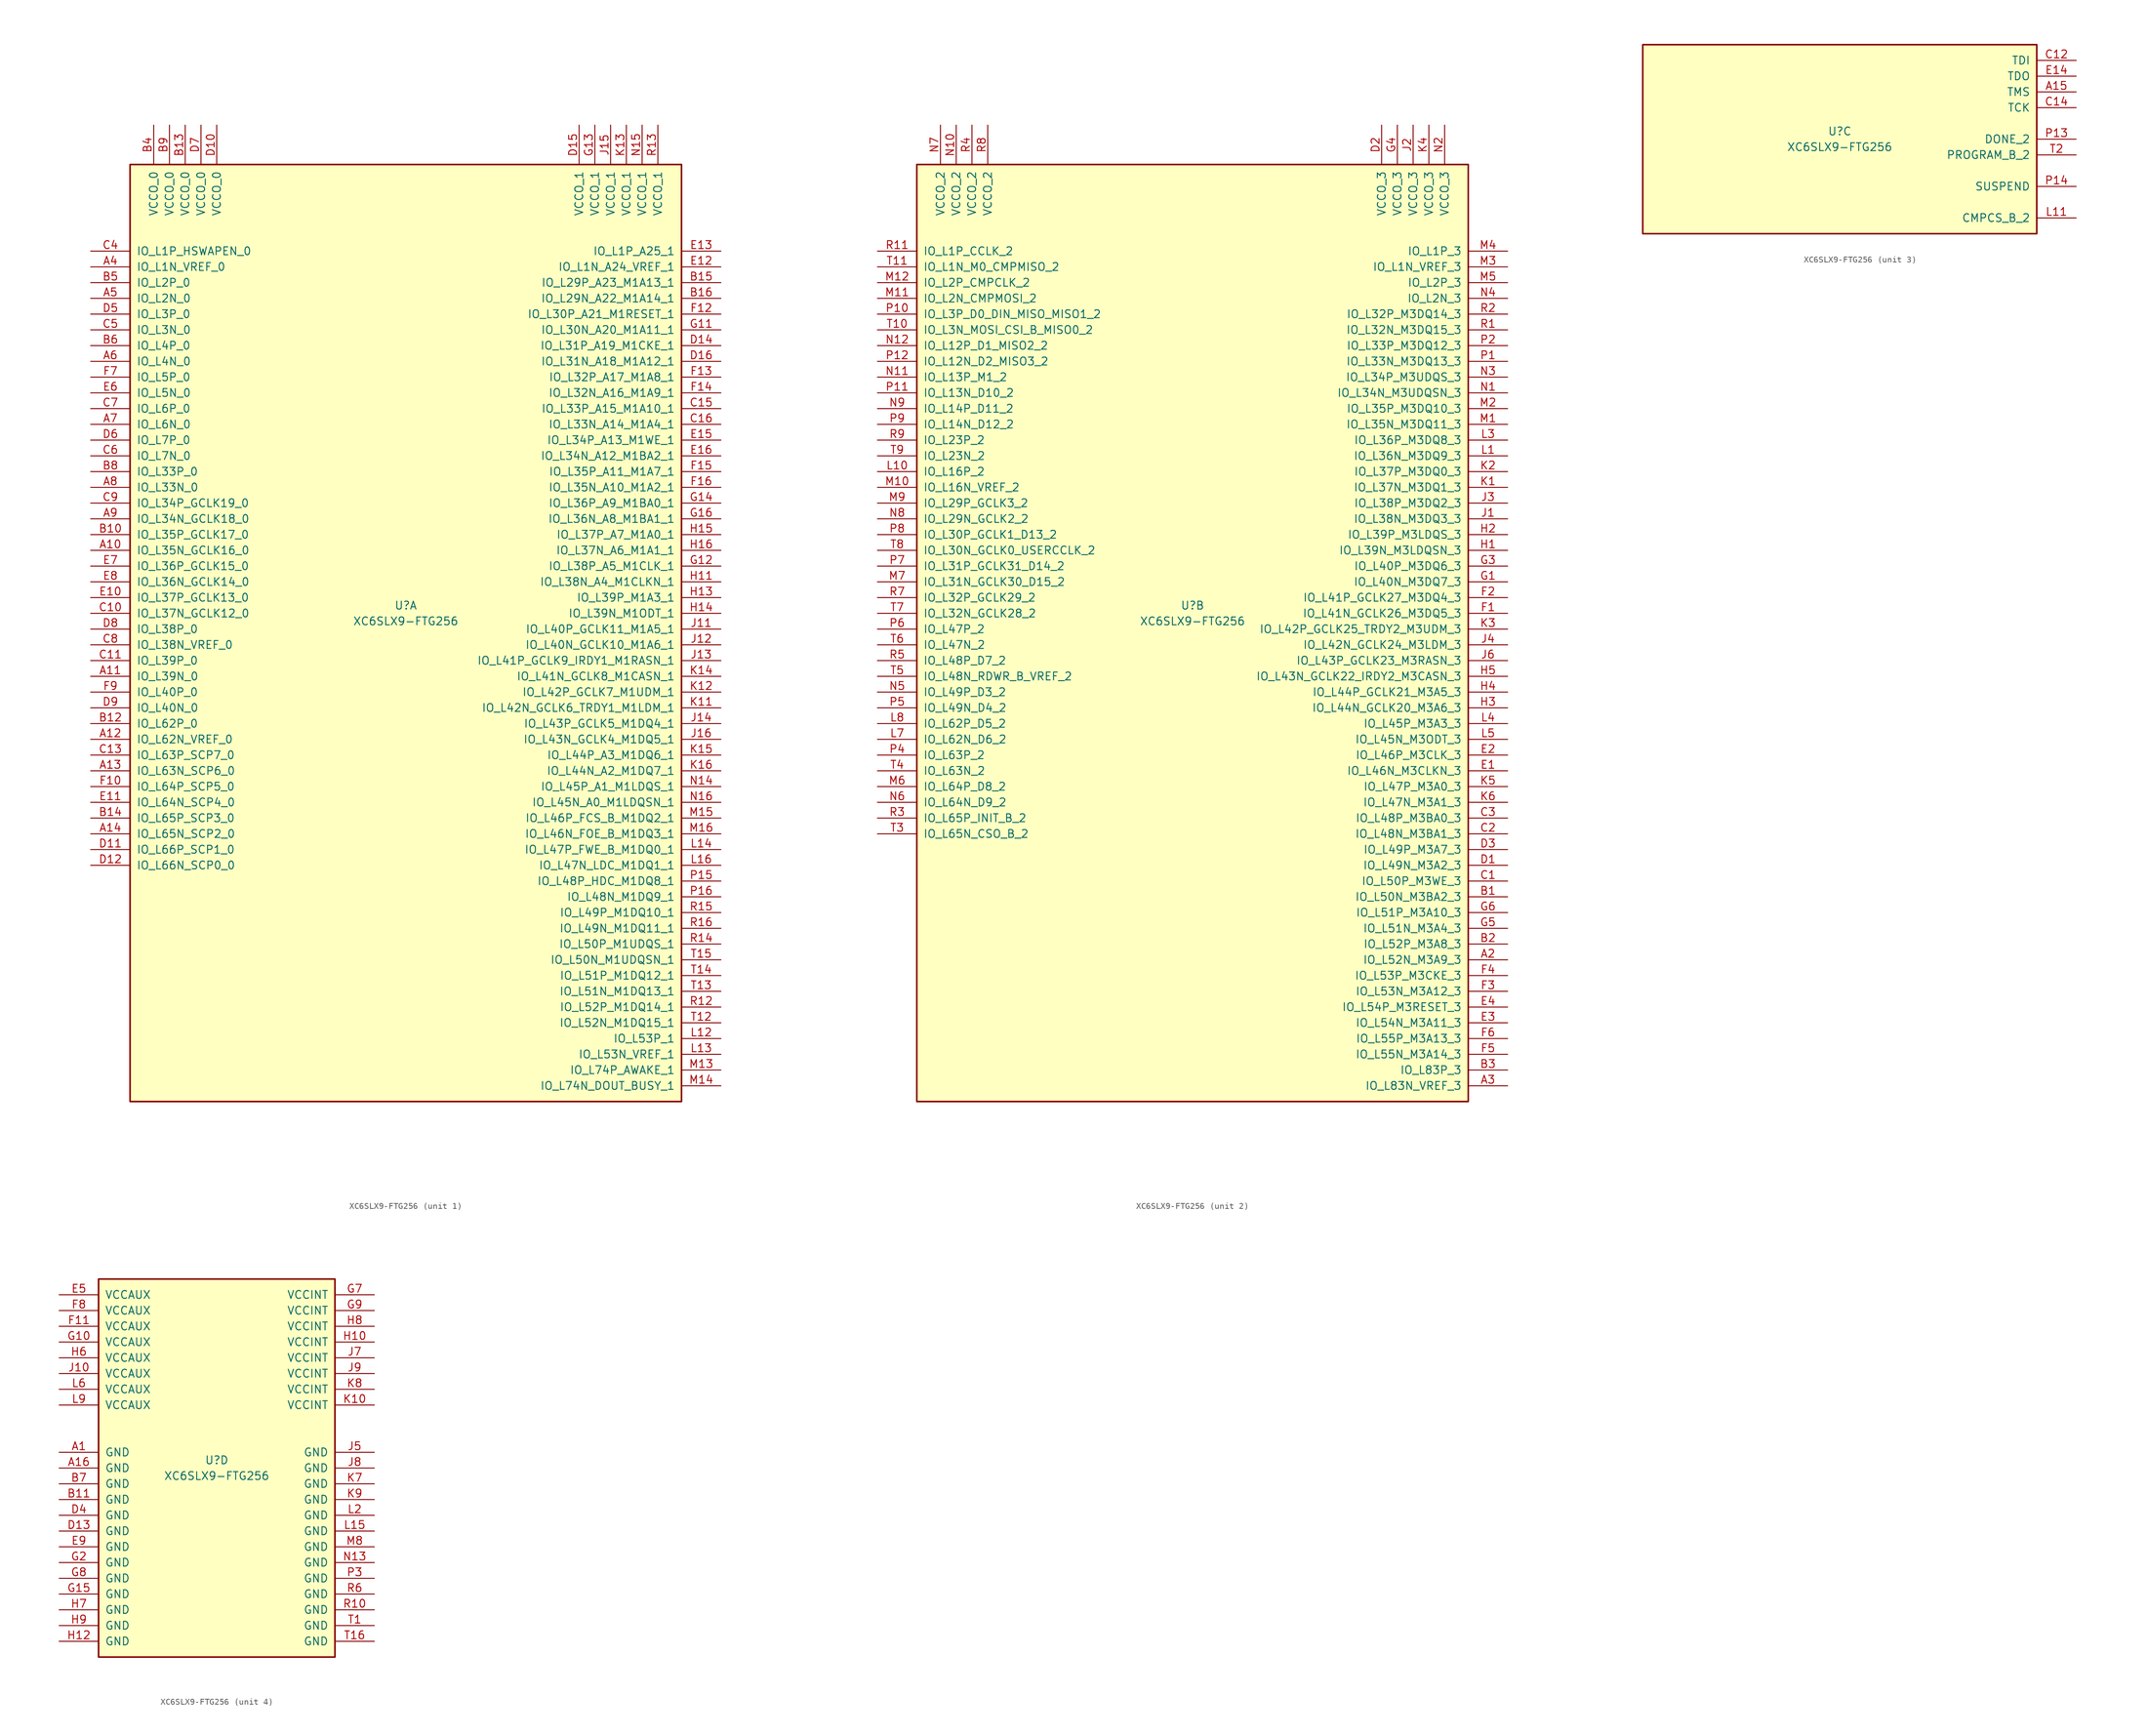
<source format=kicad_sym>
(kicad_symbol_lib
  (version 20201005)
  (generator kicad_symbol_editor)
  (symbol "XC6SLX9-FTG256"
    (pin_names
      (offset 1.016))
    (property "Reference" "U"
      (at 0 1.27 0)
      (effects (font (size 1.27 1.27))))
    (property "Value" "XC6SLX9-FTG256"
      (at 0 -1.27 0)
      (effects (font (size 1.27 1.27))))
    (property "Datasheet" ""
      (at 0 0 0)
      (effects (font (size 1.27 1.27))))
    (property "ki_locked" ""
      (at 0 0 0)
      (effects (font (size 1.27 1.27))))
    (symbol "XC6SLX9-FTG256_1_1"
      (rectangle (start -44.45 72.39) (end 44.45 -78.74) (stroke (width 0.254)) (fill (type background)))
      (pin power_in line (at -40.64 78.74 270) (length 6.35) (name "VCCO_0" (effects (font (size 1.27 1.27)))) (number "B4" (effects (font (size 1.27 1.27)))))
      (pin power_in line (at -38.1 78.74 270) (length 6.35) (name "VCCO_0" (effects (font (size 1.27 1.27)))) (number "B9" (effects (font (size 1.27 1.27)))))
      (pin power_in line (at -35.56 78.74 270) (length 6.35) (name "VCCO_0" (effects (font (size 1.27 1.27)))) (number "B13" (effects (font (size 1.27 1.27)))))
      (pin power_in line (at -33.02 78.74 270) (length 6.35) (name "VCCO_0" (effects (font (size 1.27 1.27)))) (number "D7" (effects (font (size 1.27 1.27)))))
      (pin power_in line (at -30.48 78.74 270) (length 6.35) (name "VCCO_0" (effects (font (size 1.27 1.27)))) (number "D10" (effects (font (size 1.27 1.27)))))
      (pin bidirectional line (at -50.8 58.42 0) (length 6.35) (name "IO_L1P_HSWAPEN_0" (effects (font (size 1.27 1.27)))) (number "C4" (effects (font (size 1.27 1.27)))))
      (pin bidirectional line (at -50.8 55.88 0) (length 6.35) (name "IO_L1N_VREF_0" (effects (font (size 1.27 1.27)))) (number "A4" (effects (font (size 1.27 1.27)))))
      (pin bidirectional line (at -50.8 53.34 0) (length 6.35) (name "IO_L2P_0" (effects (font (size 1.27 1.27)))) (number "B5" (effects (font (size 1.27 1.27)))))
      (pin bidirectional line (at -50.8 50.8 0) (length 6.35) (name "IO_L2N_0" (effects (font (size 1.27 1.27)))) (number "A5" (effects (font (size 1.27 1.27)))))
      (pin bidirectional line (at -50.8 48.26 0) (length 6.35) (name "IO_L3P_0" (effects (font (size 1.27 1.27)))) (number "D5" (effects (font (size 1.27 1.27)))))
      (pin bidirectional line (at -50.8 45.72 0) (length 6.35) (name "IO_L3N_0" (effects (font (size 1.27 1.27)))) (number "C5" (effects (font (size 1.27 1.27)))))
      (pin bidirectional line (at -50.8 43.18 0) (length 6.35) (name "IO_L4P_0" (effects (font (size 1.27 1.27)))) (number "B6" (effects (font (size 1.27 1.27)))))
      (pin bidirectional line (at -50.8 40.64 0) (length 6.35) (name "IO_L4N_0" (effects (font (size 1.27 1.27)))) (number "A6" (effects (font (size 1.27 1.27)))))
      (pin bidirectional line (at -50.8 38.1 0) (length 6.35) (name "IO_L5P_0" (effects (font (size 1.27 1.27)))) (number "F7" (effects (font (size 1.27 1.27)))))
      (pin bidirectional line (at -50.8 35.56 0) (length 6.35) (name "IO_L5N_0" (effects (font (size 1.27 1.27)))) (number "E6" (effects (font (size 1.27 1.27)))))
      (pin bidirectional line (at -50.8 33.02 0) (length 6.35) (name "IO_L6P_0" (effects (font (size 1.27 1.27)))) (number "C7" (effects (font (size 1.27 1.27)))))
      (pin bidirectional line (at -50.8 30.48 0) (length 6.35) (name "IO_L6N_0" (effects (font (size 1.27 1.27)))) (number "A7" (effects (font (size 1.27 1.27)))))
      (pin bidirectional line (at -50.8 27.94 0) (length 6.35) (name "IO_L7P_0" (effects (font (size 1.27 1.27)))) (number "D6" (effects (font (size 1.27 1.27)))))
      (pin bidirectional line (at -50.8 25.4 0) (length 6.35) (name "IO_L7N_0" (effects (font (size 1.27 1.27)))) (number "C6" (effects (font (size 1.27 1.27)))))
      (pin bidirectional line (at -50.8 22.86 0) (length 6.35) (name "IO_L33P_0" (effects (font (size 1.27 1.27)))) (number "B8" (effects (font (size 1.27 1.27)))))
      (pin bidirectional line (at -50.8 20.32 0) (length 6.35) (name "IO_L33N_0" (effects (font (size 1.27 1.27)))) (number "A8" (effects (font (size 1.27 1.27)))))
      (pin bidirectional line (at -50.8 17.78 0) (length 6.35) (name "IO_L34P_GCLK19_0" (effects (font (size 1.27 1.27)))) (number "C9" (effects (font (size 1.27 1.27)))))
      (pin bidirectional line (at -50.8 15.24 0) (length 6.35) (name "IO_L34N_GCLK18_0" (effects (font (size 1.27 1.27)))) (number "A9" (effects (font (size 1.27 1.27)))))
      (pin bidirectional line (at -50.8 12.7 0) (length 6.35) (name "IO_L35P_GCLK17_0" (effects (font (size 1.27 1.27)))) (number "B10" (effects (font (size 1.27 1.27)))))
      (pin bidirectional line (at -50.8 10.16 0) (length 6.35) (name "IO_L35N_GCLK16_0" (effects (font (size 1.27 1.27)))) (number "A10" (effects (font (size 1.27 1.27)))))
      (pin bidirectional line (at -50.8 7.62 0) (length 6.35) (name "IO_L36P_GCLK15_0" (effects (font (size 1.27 1.27)))) (number "E7" (effects (font (size 1.27 1.27)))))
      (pin bidirectional line (at -50.8 5.08 0) (length 6.35) (name "IO_L36N_GCLK14_0" (effects (font (size 1.27 1.27)))) (number "E8" (effects (font (size 1.27 1.27)))))
      (pin bidirectional line (at -50.8 2.54 0) (length 6.35) (name "IO_L37P_GCLK13_0" (effects (font (size 1.27 1.27)))) (number "E10" (effects (font (size 1.27 1.27)))))
      (pin bidirectional line (at -50.8 0 0) (length 6.35) (name "IO_L37N_GCLK12_0" (effects (font (size 1.27 1.27)))) (number "C10" (effects (font (size 1.27 1.27)))))
      (pin bidirectional line (at -50.8 -2.54 0) (length 6.35) (name "IO_L38P_0" (effects (font (size 1.27 1.27)))) (number "D8" (effects (font (size 1.27 1.27)))))
      (pin bidirectional line (at -50.8 -5.08 0) (length 6.35) (name "IO_L38N_VREF_0" (effects (font (size 1.27 1.27)))) (number "C8" (effects (font (size 1.27 1.27)))))
      (pin bidirectional line (at -50.8 -7.62 0) (length 6.35) (name "IO_L39P_0" (effects (font (size 1.27 1.27)))) (number "C11" (effects (font (size 1.27 1.27)))))
      (pin bidirectional line (at -50.8 -10.16 0) (length 6.35) (name "IO_L39N_0" (effects (font (size 1.27 1.27)))) (number "A11" (effects (font (size 1.27 1.27)))))
      (pin bidirectional line (at -50.8 -12.7 0) (length 6.35) (name "IO_L40P_0" (effects (font (size 1.27 1.27)))) (number "F9" (effects (font (size 1.27 1.27)))))
      (pin bidirectional line (at -50.8 -15.24 0) (length 6.35) (name "IO_L40N_0" (effects (font (size 1.27 1.27)))) (number "D9" (effects (font (size 1.27 1.27)))))
      (pin bidirectional line (at -50.8 -17.78 0) (length 6.35) (name "IO_L62P_0" (effects (font (size 1.27 1.27)))) (number "B12" (effects (font (size 1.27 1.27)))))
      (pin bidirectional line (at -50.8 -20.32 0) (length 6.35) (name "IO_L62N_VREF_0" (effects (font (size 1.27 1.27)))) (number "A12" (effects (font (size 1.27 1.27)))))
      (pin bidirectional line (at -50.8 -22.86 0) (length 6.35) (name "IO_L63P_SCP7_0" (effects (font (size 1.27 1.27)))) (number "C13" (effects (font (size 1.27 1.27)))))
      (pin bidirectional line (at -50.8 -25.4 0) (length 6.35) (name "IO_L63N_SCP6_0" (effects (font (size 1.27 1.27)))) (number "A13" (effects (font (size 1.27 1.27)))))
      (pin bidirectional line (at -50.8 -27.94 0) (length 6.35) (name "IO_L64P_SCP5_0" (effects (font (size 1.27 1.27)))) (number "F10" (effects (font (size 1.27 1.27)))))
      (pin bidirectional line (at -50.8 -30.48 0) (length 6.35) (name "IO_L64N_SCP4_0" (effects (font (size 1.27 1.27)))) (number "E11" (effects (font (size 1.27 1.27)))))
      (pin bidirectional line (at -50.8 -33.02 0) (length 6.35) (name "IO_L65P_SCP3_0" (effects (font (size 1.27 1.27)))) (number "B14" (effects (font (size 1.27 1.27)))))
      (pin bidirectional line (at -50.8 -35.56 0) (length 6.35) (name "IO_L65N_SCP2_0" (effects (font (size 1.27 1.27)))) (number "A14" (effects (font (size 1.27 1.27)))))
      (pin bidirectional line (at -50.8 -38.1 0) (length 6.35) (name "IO_L66P_SCP1_0" (effects (font (size 1.27 1.27)))) (number "D11" (effects (font (size 1.27 1.27)))))
      (pin bidirectional line (at -50.8 -40.64 0) (length 6.35) (name "IO_L66N_SCP0_0" (effects (font (size 1.27 1.27)))) (number "D12" (effects (font (size 1.27 1.27)))))
      (pin power_in line (at 27.94 78.74 270) (length 6.35) (name "VCCO_1" (effects (font (size 1.27 1.27)))) (number "D15" (effects (font (size 1.27 1.27)))))
      (pin power_in line (at 30.48 78.74 270) (length 6.35) (name "VCCO_1" (effects (font (size 1.27 1.27)))) (number "G13" (effects (font (size 1.27 1.27)))))
      (pin power_in line (at 33.02 78.74 270) (length 6.35) (name "VCCO_1" (effects (font (size 1.27 1.27)))) (number "J15" (effects (font (size 1.27 1.27)))))
      (pin power_in line (at 35.56 78.74 270) (length 6.35) (name "VCCO_1" (effects (font (size 1.27 1.27)))) (number "K13" (effects (font (size 1.27 1.27)))))
      (pin power_in line (at 38.1 78.74 270) (length 6.35) (name "VCCO_1" (effects (font (size 1.27 1.27)))) (number "N15" (effects (font (size 1.27 1.27)))))
      (pin power_in line (at 40.64 78.74 270) (length 6.35) (name "VCCO_1" (effects (font (size 1.27 1.27)))) (number "R13" (effects (font (size 1.27 1.27)))))
      (pin bidirectional line (at 50.8 58.42 180) (length 6.35) (name "IO_L1P_A25_1" (effects (font (size 1.27 1.27)))) (number "E13" (effects (font (size 1.27 1.27)))))
      (pin bidirectional line (at 50.8 55.88 180) (length 6.35) (name "IO_L1N_A24_VREF_1" (effects (font (size 1.27 1.27)))) (number "E12" (effects (font (size 1.27 1.27)))))
      (pin bidirectional line (at 50.8 53.34 180) (length 6.35) (name "IO_L29P_A23_M1A13_1" (effects (font (size 1.27 1.27)))) (number "B15" (effects (font (size 1.27 1.27)))))
      (pin bidirectional line (at 50.8 50.8 180) (length 6.35) (name "IO_L29N_A22_M1A14_1" (effects (font (size 1.27 1.27)))) (number "B16" (effects (font (size 1.27 1.27)))))
      (pin bidirectional line (at 50.8 48.26 180) (length 6.35) (name "IO_L30P_A21_M1RESET_1" (effects (font (size 1.27 1.27)))) (number "F12" (effects (font (size 1.27 1.27)))))
      (pin bidirectional line (at 50.8 45.72 180) (length 6.35) (name "IO_L30N_A20_M1A11_1" (effects (font (size 1.27 1.27)))) (number "G11" (effects (font (size 1.27 1.27)))))
      (pin bidirectional line (at 50.8 43.18 180) (length 6.35) (name "IO_L31P_A19_M1CKE_1" (effects (font (size 1.27 1.27)))) (number "D14" (effects (font (size 1.27 1.27)))))
      (pin bidirectional line (at 50.8 40.64 180) (length 6.35) (name "IO_L31N_A18_M1A12_1" (effects (font (size 1.27 1.27)))) (number "D16" (effects (font (size 1.27 1.27)))))
      (pin bidirectional line (at 50.8 38.1 180) (length 6.35) (name "IO_L32P_A17_M1A8_1" (effects (font (size 1.27 1.27)))) (number "F13" (effects (font (size 1.27 1.27)))))
      (pin bidirectional line (at 50.8 35.56 180) (length 6.35) (name "IO_L32N_A16_M1A9_1" (effects (font (size 1.27 1.27)))) (number "F14" (effects (font (size 1.27 1.27)))))
      (pin bidirectional line (at 50.8 33.02 180) (length 6.35) (name "IO_L33P_A15_M1A10_1" (effects (font (size 1.27 1.27)))) (number "C15" (effects (font (size 1.27 1.27)))))
      (pin bidirectional line (at 50.8 30.48 180) (length 6.35) (name "IO_L33N_A14_M1A4_1" (effects (font (size 1.27 1.27)))) (number "C16" (effects (font (size 1.27 1.27)))))
      (pin bidirectional line (at 50.8 27.94 180) (length 6.35) (name "IO_L34P_A13_M1WE_1" (effects (font (size 1.27 1.27)))) (number "E15" (effects (font (size 1.27 1.27)))))
      (pin bidirectional line (at 50.8 25.4 180) (length 6.35) (name "IO_L34N_A12_M1BA2_1" (effects (font (size 1.27 1.27)))) (number "E16" (effects (font (size 1.27 1.27)))))
      (pin bidirectional line (at 50.8 22.86 180) (length 6.35) (name "IO_L35P_A11_M1A7_1" (effects (font (size 1.27 1.27)))) (number "F15" (effects (font (size 1.27 1.27)))))
      (pin bidirectional line (at 50.8 20.32 180) (length 6.35) (name "IO_L35N_A10_M1A2_1" (effects (font (size 1.27 1.27)))) (number "F16" (effects (font (size 1.27 1.27)))))
      (pin bidirectional line (at 50.8 17.78 180) (length 6.35) (name "IO_L36P_A9_M1BA0_1" (effects (font (size 1.27 1.27)))) (number "G14" (effects (font (size 1.27 1.27)))))
      (pin bidirectional line (at 50.8 15.24 180) (length 6.35) (name "IO_L36N_A8_M1BA1_1" (effects (font (size 1.27 1.27)))) (number "G16" (effects (font (size 1.27 1.27)))))
      (pin bidirectional line (at 50.8 12.7 180) (length 6.35) (name "IO_L37P_A7_M1A0_1" (effects (font (size 1.27 1.27)))) (number "H15" (effects (font (size 1.27 1.27)))))
      (pin bidirectional line (at 50.8 10.16 180) (length 6.35) (name "IO_L37N_A6_M1A1_1" (effects (font (size 1.27 1.27)))) (number "H16" (effects (font (size 1.27 1.27)))))
      (pin bidirectional line (at 50.8 7.62 180) (length 6.35) (name "IO_L38P_A5_M1CLK_1" (effects (font (size 1.27 1.27)))) (number "G12" (effects (font (size 1.27 1.27)))))
      (pin bidirectional line (at 50.8 5.08 180) (length 6.35) (name "IO_L38N_A4_M1CLKN_1" (effects (font (size 1.27 1.27)))) (number "H11" (effects (font (size 1.27 1.27)))))
      (pin bidirectional line (at 50.8 2.54 180) (length 6.35) (name "IO_L39P_M1A3_1" (effects (font (size 1.27 1.27)))) (number "H13" (effects (font (size 1.27 1.27)))))
      (pin bidirectional line (at 50.8 0 180) (length 6.35) (name "IO_L39N_M1ODT_1" (effects (font (size 1.27 1.27)))) (number "H14" (effects (font (size 1.27 1.27)))))
      (pin bidirectional line (at 50.8 -2.54 180) (length 6.35) (name "IO_L40P_GCLK11_M1A5_1" (effects (font (size 1.27 1.27)))) (number "J11" (effects (font (size 1.27 1.27)))))
      (pin bidirectional line (at 50.8 -5.08 180) (length 6.35) (name "IO_L40N_GCLK10_M1A6_1" (effects (font (size 1.27 1.27)))) (number "J12" (effects (font (size 1.27 1.27)))))
      (pin bidirectional line (at 50.8 -7.62 180) (length 6.35) (name "IO_L41P_GCLK9_IRDY1_M1RASN_1" (effects (font (size 1.27 1.27)))) (number "J13" (effects (font (size 1.27 1.27)))))
      (pin bidirectional line (at 50.8 -10.16 180) (length 6.35) (name "IO_L41N_GCLK8_M1CASN_1" (effects (font (size 1.27 1.27)))) (number "K14" (effects (font (size 1.27 1.27)))))
      (pin bidirectional line (at 50.8 -12.7 180) (length 6.35) (name "IO_L42P_GCLK7_M1UDM_1" (effects (font (size 1.27 1.27)))) (number "K12" (effects (font (size 1.27 1.27)))))
      (pin bidirectional line (at 50.8 -15.24 180) (length 6.35) (name "IO_L42N_GCLK6_TRDY1_M1LDM_1" (effects (font (size 1.27 1.27)))) (number "K11" (effects (font (size 1.27 1.27)))))
      (pin bidirectional line (at 50.8 -17.78 180) (length 6.35) (name "IO_L43P_GCLK5_M1DQ4_1" (effects (font (size 1.27 1.27)))) (number "J14" (effects (font (size 1.27 1.27)))))
      (pin bidirectional line (at 50.8 -20.32 180) (length 6.35) (name "IO_L43N_GCLK4_M1DQ5_1" (effects (font (size 1.27 1.27)))) (number "J16" (effects (font (size 1.27 1.27)))))
      (pin bidirectional line (at 50.8 -22.86 180) (length 6.35) (name "IO_L44P_A3_M1DQ6_1" (effects (font (size 1.27 1.27)))) (number "K15" (effects (font (size 1.27 1.27)))))
      (pin bidirectional line (at 50.8 -25.4 180) (length 6.35) (name "IO_L44N_A2_M1DQ7_1" (effects (font (size 1.27 1.27)))) (number "K16" (effects (font (size 1.27 1.27)))))
      (pin bidirectional line (at 50.8 -27.94 180) (length 6.35) (name "IO_L45P_A1_M1LDQS_1" (effects (font (size 1.27 1.27)))) (number "N14" (effects (font (size 1.27 1.27)))))
      (pin bidirectional line (at 50.8 -30.48 180) (length 6.35) (name "IO_L45N_A0_M1LDQSN_1" (effects (font (size 1.27 1.27)))) (number "N16" (effects (font (size 1.27 1.27)))))
      (pin bidirectional line (at 50.8 -33.02 180) (length 6.35) (name "IO_L46P_FCS_B_M1DQ2_1" (effects (font (size 1.27 1.27)))) (number "M15" (effects (font (size 1.27 1.27)))))
      (pin bidirectional line (at 50.8 -35.56 180) (length 6.35) (name "IO_L46N_FOE_B_M1DQ3_1" (effects (font (size 1.27 1.27)))) (number "M16" (effects (font (size 1.27 1.27)))))
      (pin bidirectional line (at 50.8 -38.1 180) (length 6.35) (name "IO_L47P_FWE_B_M1DQ0_1" (effects (font (size 1.27 1.27)))) (number "L14" (effects (font (size 1.27 1.27)))))
      (pin bidirectional line (at 50.8 -40.64 180) (length 6.35) (name "IO_L47N_LDC_M1DQ1_1" (effects (font (size 1.27 1.27)))) (number "L16" (effects (font (size 1.27 1.27)))))
      (pin bidirectional line (at 50.8 -43.18 180) (length 6.35) (name "IO_L48P_HDC_M1DQ8_1" (effects (font (size 1.27 1.27)))) (number "P15" (effects (font (size 1.27 1.27)))))
      (pin bidirectional line (at 50.8 -45.72 180) (length 6.35) (name "IO_L48N_M1DQ9_1" (effects (font (size 1.27 1.27)))) (number "P16" (effects (font (size 1.27 1.27)))))
      (pin bidirectional line (at 50.8 -48.26 180) (length 6.35) (name "IO_L49P_M1DQ10_1" (effects (font (size 1.27 1.27)))) (number "R15" (effects (font (size 1.27 1.27)))))
      (pin bidirectional line (at 50.8 -50.8 180) (length 6.35) (name "IO_L49N_M1DQ11_1" (effects (font (size 1.27 1.27)))) (number "R16" (effects (font (size 1.27 1.27)))))
      (pin bidirectional line (at 50.8 -53.34 180) (length 6.35) (name "IO_L50P_M1UDQS_1" (effects (font (size 1.27 1.27)))) (number "R14" (effects (font (size 1.27 1.27)))))
      (pin bidirectional line (at 50.8 -55.88 180) (length 6.35) (name "IO_L50N_M1UDQSN_1" (effects (font (size 1.27 1.27)))) (number "T15" (effects (font (size 1.27 1.27)))))
      (pin bidirectional line (at 50.8 -58.42 180) (length 6.35) (name "IO_L51P_M1DQ12_1" (effects (font (size 1.27 1.27)))) (number "T14" (effects (font (size 1.27 1.27)))))
      (pin bidirectional line (at 50.8 -60.96 180) (length 6.35) (name "IO_L51N_M1DQ13_1" (effects (font (size 1.27 1.27)))) (number "T13" (effects (font (size 1.27 1.27)))))
      (pin bidirectional line (at 50.8 -63.5 180) (length 6.35) (name "IO_L52P_M1DQ14_1" (effects (font (size 1.27 1.27)))) (number "R12" (effects (font (size 1.27 1.27)))))
      (pin bidirectional line (at 50.8 -66.04 180) (length 6.35) (name "IO_L52N_M1DQ15_1" (effects (font (size 1.27 1.27)))) (number "T12" (effects (font (size 1.27 1.27)))))
      (pin bidirectional line (at 50.8 -68.58 180) (length 6.35) (name "IO_L53P_1" (effects (font (size 1.27 1.27)))) (number "L12" (effects (font (size 1.27 1.27)))))
      (pin bidirectional line (at 50.8 -71.12 180) (length 6.35) (name "IO_L53N_VREF_1" (effects (font (size 1.27 1.27)))) (number "L13" (effects (font (size 1.27 1.27)))))
      (pin bidirectional line (at 50.8 -73.66 180) (length 6.35) (name "IO_L74P_AWAKE_1" (effects (font (size 1.27 1.27)))) (number "M13" (effects (font (size 1.27 1.27)))))
      (pin bidirectional line (at 50.8 -76.2 180) (length 6.35) (name "IO_L74N_DOUT_BUSY_1" (effects (font (size 1.27 1.27)))) (number "M14" (effects (font (size 1.27 1.27))))))
    (symbol "XC6SLX9-FTG256_2_1"
      (rectangle (start -44.45 72.39) (end 44.45 -78.74) (stroke (width 0.254)) (fill (type background)))
      (pin power_in line (at -40.64 78.74 270) (length 6.35) (name "VCCO_2" (effects (font (size 1.27 1.27)))) (number "N7" (effects (font (size 1.27 1.27)))))
      (pin power_in line (at -38.1 78.74 270) (length 6.35) (name "VCCO_2" (effects (font (size 1.27 1.27)))) (number "N10" (effects (font (size 1.27 1.27)))))
      (pin power_in line (at -35.56 78.74 270) (length 6.35) (name "VCCO_2" (effects (font (size 1.27 1.27)))) (number "R4" (effects (font (size 1.27 1.27)))))
      (pin power_in line (at -33.02 78.74 270) (length 6.35) (name "VCCO_2" (effects (font (size 1.27 1.27)))) (number "R8" (effects (font (size 1.27 1.27)))))
      (pin bidirectional line (at -50.8 58.42 0) (length 6.35) (name "IO_L1P_CCLK_2" (effects (font (size 1.27 1.27)))) (number "R11" (effects (font (size 1.27 1.27)))))
      (pin bidirectional line (at -50.8 55.88 0) (length 6.35) (name "IO_L1N_M0_CMPMISO_2" (effects (font (size 1.27 1.27)))) (number "T11" (effects (font (size 1.27 1.27)))))
      (pin bidirectional line (at -50.8 53.34 0) (length 6.35) (name "IO_L2P_CMPCLK_2" (effects (font (size 1.27 1.27)))) (number "M12" (effects (font (size 1.27 1.27)))))
      (pin bidirectional line (at -50.8 50.8 0) (length 6.35) (name "IO_L2N_CMPMOSI_2" (effects (font (size 1.27 1.27)))) (number "M11" (effects (font (size 1.27 1.27)))))
      (pin bidirectional line (at -50.8 48.26 0) (length 6.35) (name "IO_L3P_D0_DIN_MISO_MISO1_2" (effects (font (size 1.27 1.27)))) (number "P10" (effects (font (size 1.27 1.27)))))
      (pin bidirectional line (at -50.8 45.72 0) (length 6.35) (name "IO_L3N_MOSI_CSI_B_MISO0_2" (effects (font (size 1.27 1.27)))) (number "T10" (effects (font (size 1.27 1.27)))))
      (pin bidirectional line (at -50.8 43.18 0) (length 6.35) (name "IO_L12P_D1_MISO2_2" (effects (font (size 1.27 1.27)))) (number "N12" (effects (font (size 1.27 1.27)))))
      (pin bidirectional line (at -50.8 40.64 0) (length 6.35) (name "IO_L12N_D2_MISO3_2" (effects (font (size 1.27 1.27)))) (number "P12" (effects (font (size 1.27 1.27)))))
      (pin bidirectional line (at -50.8 38.1 0) (length 6.35) (name "IO_L13P_M1_2" (effects (font (size 1.27 1.27)))) (number "N11" (effects (font (size 1.27 1.27)))))
      (pin bidirectional line (at -50.8 35.56 0) (length 6.35) (name "IO_L13N_D10_2" (effects (font (size 1.27 1.27)))) (number "P11" (effects (font (size 1.27 1.27)))))
      (pin bidirectional line (at -50.8 33.02 0) (length 6.35) (name "IO_L14P_D11_2" (effects (font (size 1.27 1.27)))) (number "N9" (effects (font (size 1.27 1.27)))))
      (pin bidirectional line (at -50.8 30.48 0) (length 6.35) (name "IO_L14N_D12_2" (effects (font (size 1.27 1.27)))) (number "P9" (effects (font (size 1.27 1.27)))))
      (pin bidirectional line (at -50.8 27.94 0) (length 6.35) (name "IO_L23P_2" (effects (font (size 1.27 1.27)))) (number "R9" (effects (font (size 1.27 1.27)))))
      (pin bidirectional line (at -50.8 25.4 0) (length 6.35) (name "IO_L23N_2" (effects (font (size 1.27 1.27)))) (number "T9" (effects (font (size 1.27 1.27)))))
      (pin bidirectional line (at -50.8 22.86 0) (length 6.35) (name "IO_L16P_2" (effects (font (size 1.27 1.27)))) (number "L10" (effects (font (size 1.27 1.27)))))
      (pin bidirectional line (at -50.8 20.32 0) (length 6.35) (name "IO_L16N_VREF_2" (effects (font (size 1.27 1.27)))) (number "M10" (effects (font (size 1.27 1.27)))))
      (pin bidirectional line (at -50.8 17.78 0) (length 6.35) (name "IO_L29P_GCLK3_2" (effects (font (size 1.27 1.27)))) (number "M9" (effects (font (size 1.27 1.27)))))
      (pin bidirectional line (at -50.8 15.24 0) (length 6.35) (name "IO_L29N_GCLK2_2" (effects (font (size 1.27 1.27)))) (number "N8" (effects (font (size 1.27 1.27)))))
      (pin bidirectional line (at -50.8 12.7 0) (length 6.35) (name "IO_L30P_GCLK1_D13_2" (effects (font (size 1.27 1.27)))) (number "P8" (effects (font (size 1.27 1.27)))))
      (pin bidirectional line (at -50.8 10.16 0) (length 6.35) (name "IO_L30N_GCLK0_USERCCLK_2" (effects (font (size 1.27 1.27)))) (number "T8" (effects (font (size 1.27 1.27)))))
      (pin bidirectional line (at -50.8 7.62 0) (length 6.35) (name "IO_L31P_GCLK31_D14_2" (effects (font (size 1.27 1.27)))) (number "P7" (effects (font (size 1.27 1.27)))))
      (pin bidirectional line (at -50.8 5.08 0) (length 6.35) (name "IO_L31N_GCLK30_D15_2" (effects (font (size 1.27 1.27)))) (number "M7" (effects (font (size 1.27 1.27)))))
      (pin bidirectional line (at -50.8 2.54 0) (length 6.35) (name "IO_L32P_GCLK29_2" (effects (font (size 1.27 1.27)))) (number "R7" (effects (font (size 1.27 1.27)))))
      (pin bidirectional line (at -50.8 0 0) (length 6.35) (name "IO_L32N_GCLK28_2" (effects (font (size 1.27 1.27)))) (number "T7" (effects (font (size 1.27 1.27)))))
      (pin bidirectional line (at -50.8 -2.54 0) (length 6.35) (name "IO_L47P_2" (effects (font (size 1.27 1.27)))) (number "P6" (effects (font (size 1.27 1.27)))))
      (pin bidirectional line (at -50.8 -5.08 0) (length 6.35) (name "IO_L47N_2" (effects (font (size 1.27 1.27)))) (number "T6" (effects (font (size 1.27 1.27)))))
      (pin bidirectional line (at -50.8 -7.62 0) (length 6.35) (name "IO_L48P_D7_2" (effects (font (size 1.27 1.27)))) (number "R5" (effects (font (size 1.27 1.27)))))
      (pin bidirectional line (at -50.8 -10.16 0) (length 6.35) (name "IO_L48N_RDWR_B_VREF_2" (effects (font (size 1.27 1.27)))) (number "T5" (effects (font (size 1.27 1.27)))))
      (pin bidirectional line (at -50.8 -12.7 0) (length 6.35) (name "IO_L49P_D3_2" (effects (font (size 1.27 1.27)))) (number "N5" (effects (font (size 1.27 1.27)))))
      (pin bidirectional line (at -50.8 -15.24 0) (length 6.35) (name "IO_L49N_D4_2" (effects (font (size 1.27 1.27)))) (number "P5" (effects (font (size 1.27 1.27)))))
      (pin bidirectional line (at -50.8 -17.78 0) (length 6.35) (name "IO_L62P_D5_2" (effects (font (size 1.27 1.27)))) (number "L8" (effects (font (size 1.27 1.27)))))
      (pin bidirectional line (at -50.8 -20.32 0) (length 6.35) (name "IO_L62N_D6_2" (effects (font (size 1.27 1.27)))) (number "L7" (effects (font (size 1.27 1.27)))))
      (pin bidirectional line (at -50.8 -22.86 0) (length 6.35) (name "IO_L63P_2" (effects (font (size 1.27 1.27)))) (number "P4" (effects (font (size 1.27 1.27)))))
      (pin bidirectional line (at -50.8 -25.4 0) (length 6.35) (name "IO_L63N_2" (effects (font (size 1.27 1.27)))) (number "T4" (effects (font (size 1.27 1.27)))))
      (pin bidirectional line (at -50.8 -27.94 0) (length 6.35) (name "IO_L64P_D8_2" (effects (font (size 1.27 1.27)))) (number "M6" (effects (font (size 1.27 1.27)))))
      (pin bidirectional line (at -50.8 -30.48 0) (length 6.35) (name "IO_L64N_D9_2" (effects (font (size 1.27 1.27)))) (number "N6" (effects (font (size 1.27 1.27)))))
      (pin bidirectional line (at -50.8 -33.02 0) (length 6.35) (name "IO_L65P_INIT_B_2" (effects (font (size 1.27 1.27)))) (number "R3" (effects (font (size 1.27 1.27)))))
      (pin bidirectional line (at -50.8 -35.56 0) (length 6.35) (name "IO_L65N_CSO_B_2" (effects (font (size 1.27 1.27)))) (number "T3" (effects (font (size 1.27 1.27)))))
      (pin power_in line (at 30.48 78.74 270) (length 6.35) (name "VCCO_3" (effects (font (size 1.27 1.27)))) (number "D2" (effects (font (size 1.27 1.27)))))
      (pin power_in line (at 33.02 78.74 270) (length 6.35) (name "VCCO_3" (effects (font (size 1.27 1.27)))) (number "G4" (effects (font (size 1.27 1.27)))))
      (pin power_in line (at 35.56 78.74 270) (length 6.35) (name "VCCO_3" (effects (font (size 1.27 1.27)))) (number "J2" (effects (font (size 1.27 1.27)))))
      (pin power_in line (at 38.1 78.74 270) (length 6.35) (name "VCCO_3" (effects (font (size 1.27 1.27)))) (number "K4" (effects (font (size 1.27 1.27)))))
      (pin power_in line (at 40.64 78.74 270) (length 6.35) (name "VCCO_3" (effects (font (size 1.27 1.27)))) (number "N2" (effects (font (size 1.27 1.27)))))
      (pin bidirectional line (at 50.8 58.42 180) (length 6.35) (name "IO_L1P_3" (effects (font (size 1.27 1.27)))) (number "M4" (effects (font (size 1.27 1.27)))))
      (pin bidirectional line (at 50.8 55.88 180) (length 6.35) (name "IO_L1N_VREF_3" (effects (font (size 1.27 1.27)))) (number "M3" (effects (font (size 1.27 1.27)))))
      (pin bidirectional line (at 50.8 53.34 180) (length 6.35) (name "IO_L2P_3" (effects (font (size 1.27 1.27)))) (number "M5" (effects (font (size 1.27 1.27)))))
      (pin bidirectional line (at 50.8 50.8 180) (length 6.35) (name "IO_L2N_3" (effects (font (size 1.27 1.27)))) (number "N4" (effects (font (size 1.27 1.27)))))
      (pin bidirectional line (at 50.8 48.26 180) (length 6.35) (name "IO_L32P_M3DQ14_3" (effects (font (size 1.27 1.27)))) (number "R2" (effects (font (size 1.27 1.27)))))
      (pin bidirectional line (at 50.8 45.72 180) (length 6.35) (name "IO_L32N_M3DQ15_3" (effects (font (size 1.27 1.27)))) (number "R1" (effects (font (size 1.27 1.27)))))
      (pin bidirectional line (at 50.8 43.18 180) (length 6.35) (name "IO_L33P_M3DQ12_3" (effects (font (size 1.27 1.27)))) (number "P2" (effects (font (size 1.27 1.27)))))
      (pin bidirectional line (at 50.8 40.64 180) (length 6.35) (name "IO_L33N_M3DQ13_3" (effects (font (size 1.27 1.27)))) (number "P1" (effects (font (size 1.27 1.27)))))
      (pin bidirectional line (at 50.8 38.1 180) (length 6.35) (name "IO_L34P_M3UDQS_3" (effects (font (size 1.27 1.27)))) (number "N3" (effects (font (size 1.27 1.27)))))
      (pin bidirectional line (at 50.8 35.56 180) (length 6.35) (name "IO_L34N_M3UDQSN_3" (effects (font (size 1.27 1.27)))) (number "N1" (effects (font (size 1.27 1.27)))))
      (pin bidirectional line (at 50.8 33.02 180) (length 6.35) (name "IO_L35P_M3DQ10_3" (effects (font (size 1.27 1.27)))) (number "M2" (effects (font (size 1.27 1.27)))))
      (pin bidirectional line (at 50.8 30.48 180) (length 6.35) (name "IO_L35N_M3DQ11_3" (effects (font (size 1.27 1.27)))) (number "M1" (effects (font (size 1.27 1.27)))))
      (pin bidirectional line (at 50.8 27.94 180) (length 6.35) (name "IO_L36P_M3DQ8_3" (effects (font (size 1.27 1.27)))) (number "L3" (effects (font (size 1.27 1.27)))))
      (pin bidirectional line (at 50.8 25.4 180) (length 6.35) (name "IO_L36N_M3DQ9_3" (effects (font (size 1.27 1.27)))) (number "L1" (effects (font (size 1.27 1.27)))))
      (pin bidirectional line (at 50.8 22.86 180) (length 6.35) (name "IO_L37P_M3DQ0_3" (effects (font (size 1.27 1.27)))) (number "K2" (effects (font (size 1.27 1.27)))))
      (pin bidirectional line (at 50.8 20.32 180) (length 6.35) (name "IO_L37N_M3DQ1_3" (effects (font (size 1.27 1.27)))) (number "K1" (effects (font (size 1.27 1.27)))))
      (pin bidirectional line (at 50.8 17.78 180) (length 6.35) (name "IO_L38P_M3DQ2_3" (effects (font (size 1.27 1.27)))) (number "J3" (effects (font (size 1.27 1.27)))))
      (pin bidirectional line (at 50.8 15.24 180) (length 6.35) (name "IO_L38N_M3DQ3_3" (effects (font (size 1.27 1.27)))) (number "J1" (effects (font (size 1.27 1.27)))))
      (pin bidirectional line (at 50.8 12.7 180) (length 6.35) (name "IO_L39P_M3LDQS_3" (effects (font (size 1.27 1.27)))) (number "H2" (effects (font (size 1.27 1.27)))))
      (pin bidirectional line (at 50.8 10.16 180) (length 6.35) (name "IO_L39N_M3LDQSN_3" (effects (font (size 1.27 1.27)))) (number "H1" (effects (font (size 1.27 1.27)))))
      (pin bidirectional line (at 50.8 7.62 180) (length 6.35) (name "IO_L40P_M3DQ6_3" (effects (font (size 1.27 1.27)))) (number "G3" (effects (font (size 1.27 1.27)))))
      (pin bidirectional line (at 50.8 5.08 180) (length 6.35) (name "IO_L40N_M3DQ7_3" (effects (font (size 1.27 1.27)))) (number "G1" (effects (font (size 1.27 1.27)))))
      (pin bidirectional line (at 50.8 2.54 180) (length 6.35) (name "IO_L41P_GCLK27_M3DQ4_3" (effects (font (size 1.27 1.27)))) (number "F2" (effects (font (size 1.27 1.27)))))
      (pin bidirectional line (at 50.8 0 180) (length 6.35) (name "IO_L41N_GCLK26_M3DQ5_3" (effects (font (size 1.27 1.27)))) (number "F1" (effects (font (size 1.27 1.27)))))
      (pin bidirectional line (at 50.8 -2.54 180) (length 6.35) (name "IO_L42P_GCLK25_TRDY2_M3UDM_3" (effects (font (size 1.27 1.27)))) (number "K3" (effects (font (size 1.27 1.27)))))
      (pin bidirectional line (at 50.8 -5.08 180) (length 6.35) (name "IO_L42N_GCLK24_M3LDM_3" (effects (font (size 1.27 1.27)))) (number "J4" (effects (font (size 1.27 1.27)))))
      (pin bidirectional line (at 50.8 -7.62 180) (length 6.35) (name "IO_L43P_GCLK23_M3RASN_3" (effects (font (size 1.27 1.27)))) (number "J6" (effects (font (size 1.27 1.27)))))
      (pin bidirectional line (at 50.8 -10.16 180) (length 6.35) (name "IO_L43N_GCLK22_IRDY2_M3CASN_3" (effects (font (size 1.27 1.27)))) (number "H5" (effects (font (size 1.27 1.27)))))
      (pin bidirectional line (at 50.8 -12.7 180) (length 6.35) (name "IO_L44P_GCLK21_M3A5_3" (effects (font (size 1.27 1.27)))) (number "H4" (effects (font (size 1.27 1.27)))))
      (pin bidirectional line (at 50.8 -15.24 180) (length 6.35) (name "IO_L44N_GCLK20_M3A6_3" (effects (font (size 1.27 1.27)))) (number "H3" (effects (font (size 1.27 1.27)))))
      (pin bidirectional line (at 50.8 -17.78 180) (length 6.35) (name "IO_L45P_M3A3_3" (effects (font (size 1.27 1.27)))) (number "L4" (effects (font (size 1.27 1.27)))))
      (pin bidirectional line (at 50.8 -20.32 180) (length 6.35) (name "IO_L45N_M3ODT_3" (effects (font (size 1.27 1.27)))) (number "L5" (effects (font (size 1.27 1.27)))))
      (pin bidirectional line (at 50.8 -22.86 180) (length 6.35) (name "IO_L46P_M3CLK_3" (effects (font (size 1.27 1.27)))) (number "E2" (effects (font (size 1.27 1.27)))))
      (pin bidirectional line (at 50.8 -25.4 180) (length 6.35) (name "IO_L46N_M3CLKN_3" (effects (font (size 1.27 1.27)))) (number "E1" (effects (font (size 1.27 1.27)))))
      (pin bidirectional line (at 50.8 -27.94 180) (length 6.35) (name "IO_L47P_M3A0_3" (effects (font (size 1.27 1.27)))) (number "K5" (effects (font (size 1.27 1.27)))))
      (pin bidirectional line (at 50.8 -30.48 180) (length 6.35) (name "IO_L47N_M3A1_3" (effects (font (size 1.27 1.27)))) (number "K6" (effects (font (size 1.27 1.27)))))
      (pin bidirectional line (at 50.8 -33.02 180) (length 6.35) (name "IO_L48P_M3BA0_3" (effects (font (size 1.27 1.27)))) (number "C3" (effects (font (size 1.27 1.27)))))
      (pin bidirectional line (at 50.8 -35.56 180) (length 6.35) (name "IO_L48N_M3BA1_3" (effects (font (size 1.27 1.27)))) (number "C2" (effects (font (size 1.27 1.27)))))
      (pin bidirectional line (at 50.8 -38.1 180) (length 6.35) (name "IO_L49P_M3A7_3" (effects (font (size 1.27 1.27)))) (number "D3" (effects (font (size 1.27 1.27)))))
      (pin bidirectional line (at 50.8 -40.64 180) (length 6.35) (name "IO_L49N_M3A2_3" (effects (font (size 1.27 1.27)))) (number "D1" (effects (font (size 1.27 1.27)))))
      (pin bidirectional line (at 50.8 -43.18 180) (length 6.35) (name "IO_L50P_M3WE_3" (effects (font (size 1.27 1.27)))) (number "C1" (effects (font (size 1.27 1.27)))))
      (pin bidirectional line (at 50.8 -45.72 180) (length 6.35) (name "IO_L50N_M3BA2_3" (effects (font (size 1.27 1.27)))) (number "B1" (effects (font (size 1.27 1.27)))))
      (pin bidirectional line (at 50.8 -48.26 180) (length 6.35) (name "IO_L51P_M3A10_3" (effects (font (size 1.27 1.27)))) (number "G6" (effects (font (size 1.27 1.27)))))
      (pin bidirectional line (at 50.8 -50.8 180) (length 6.35) (name "IO_L51N_M3A4_3" (effects (font (size 1.27 1.27)))) (number "G5" (effects (font (size 1.27 1.27)))))
      (pin bidirectional line (at 50.8 -53.34 180) (length 6.35) (name "IO_L52P_M3A8_3" (effects (font (size 1.27 1.27)))) (number "B2" (effects (font (size 1.27 1.27)))))
      (pin bidirectional line (at 50.8 -55.88 180) (length 6.35) (name "IO_L52N_M3A9_3" (effects (font (size 1.27 1.27)))) (number "A2" (effects (font (size 1.27 1.27)))))
      (pin bidirectional line (at 50.8 -58.42 180) (length 6.35) (name "IO_L53P_M3CKE_3" (effects (font (size 1.27 1.27)))) (number "F4" (effects (font (size 1.27 1.27)))))
      (pin bidirectional line (at 50.8 -60.96 180) (length 6.35) (name "IO_L53N_M3A12_3" (effects (font (size 1.27 1.27)))) (number "F3" (effects (font (size 1.27 1.27)))))
      (pin bidirectional line (at 50.8 -63.5 180) (length 6.35) (name "IO_L54P_M3RESET_3" (effects (font (size 1.27 1.27)))) (number "E4" (effects (font (size 1.27 1.27)))))
      (pin bidirectional line (at 50.8 -66.04 180) (length 6.35) (name "IO_L54N_M3A11_3" (effects (font (size 1.27 1.27)))) (number "E3" (effects (font (size 1.27 1.27)))))
      (pin bidirectional line (at 50.8 -68.58 180) (length 6.35) (name "IO_L55P_M3A13_3" (effects (font (size 1.27 1.27)))) (number "F6" (effects (font (size 1.27 1.27)))))
      (pin bidirectional line (at 50.8 -71.12 180) (length 6.35) (name "IO_L55N_M3A14_3" (effects (font (size 1.27 1.27)))) (number "F5" (effects (font (size 1.27 1.27)))))
      (pin bidirectional line (at 50.8 -73.66 180) (length 6.35) (name "IO_L83P_3" (effects (font (size 1.27 1.27)))) (number "B3" (effects (font (size 1.27 1.27)))))
      (pin bidirectional line (at 50.8 -76.2 180) (length 6.35) (name "IO_L83N_VREF_3" (effects (font (size 1.27 1.27)))) (number "A3" (effects (font (size 1.27 1.27))))))
    (symbol "XC6SLX9-FTG256_3_1"
      (rectangle (start -31.75 15.24) (end 31.75 -15.24) (stroke (width 0.254)) (fill (type background)))
      (pin bidirectional line (at 38.1 12.7 180) (length 6.35) (name "TDI" (effects (font (size 1.27 1.27)))) (number "C12" (effects (font (size 1.27 1.27)))))
      (pin bidirectional line (at 38.1 10.16 180) (length 6.35) (name "TDO" (effects (font (size 1.27 1.27)))) (number "E14" (effects (font (size 1.27 1.27)))))
      (pin bidirectional line (at 38.1 7.62 180) (length 6.35) (name "TMS" (effects (font (size 1.27 1.27)))) (number "A15" (effects (font (size 1.27 1.27)))))
      (pin bidirectional line (at 38.1 5.08 180) (length 6.35) (name "TCK" (effects (font (size 1.27 1.27)))) (number "C14" (effects (font (size 1.27 1.27)))))
      (pin bidirectional line (at 38.1 0 180) (length 6.35) (name "DONE_2" (effects (font (size 1.27 1.27)))) (number "P13" (effects (font (size 1.27 1.27)))))
      (pin bidirectional line (at 38.1 -2.54 180) (length 6.35) (name "PROGRAM_B_2" (effects (font (size 1.27 1.27)))) (number "T2" (effects (font (size 1.27 1.27)))))
      (pin bidirectional line (at 38.1 -7.62 180) (length 6.35) (name "SUSPEND" (effects (font (size 1.27 1.27)))) (number "P14" (effects (font (size 1.27 1.27)))))
      (pin bidirectional line (at 38.1 -12.7 180) (length 6.35) (name "CMPCS_B_2" (effects (font (size 1.27 1.27)))) (number "L11" (effects (font (size 1.27 1.27))))))
    (symbol "XC6SLX9-FTG256_4_1"
      (rectangle (start -19.05 30.48) (end 19.05 -30.48) (stroke (width 0.254)) (fill (type background)))
      (pin power_in line (at -25.4 27.94 0) (length 6.35) (name "VCCAUX" (effects (font (size 1.27 1.27)))) (number "E5" (effects (font (size 1.27 1.27)))))
      (pin power_in line (at -25.4 25.4 0) (length 6.35) (name "VCCAUX" (effects (font (size 1.27 1.27)))) (number "F8" (effects (font (size 1.27 1.27)))))
      (pin power_in line (at -25.4 22.86 0) (length 6.35) (name "VCCAUX" (effects (font (size 1.27 1.27)))) (number "F11" (effects (font (size 1.27 1.27)))))
      (pin power_in line (at -25.4 20.32 0) (length 6.35) (name "VCCAUX" (effects (font (size 1.27 1.27)))) (number "G10" (effects (font (size 1.27 1.27)))))
      (pin power_in line (at -25.4 17.78 0) (length 6.35) (name "VCCAUX" (effects (font (size 1.27 1.27)))) (number "H6" (effects (font (size 1.27 1.27)))))
      (pin power_in line (at -25.4 15.24 0) (length 6.35) (name "VCCAUX" (effects (font (size 1.27 1.27)))) (number "J10" (effects (font (size 1.27 1.27)))))
      (pin power_in line (at -25.4 12.7 0) (length 6.35) (name "VCCAUX" (effects (font (size 1.27 1.27)))) (number "L6" (effects (font (size 1.27 1.27)))))
      (pin power_in line (at -25.4 10.16 0) (length 6.35) (name "VCCAUX" (effects (font (size 1.27 1.27)))) (number "L9" (effects (font (size 1.27 1.27)))))
      (pin power_in line (at -25.4 2.54 0) (length 6.35) (name "GND" (effects (font (size 1.27 1.27)))) (number "A1" (effects (font (size 1.27 1.27)))))
      (pin power_in line (at -25.4 0 0) (length 6.35) (name "GND" (effects (font (size 1.27 1.27)))) (number "A16" (effects (font (size 1.27 1.27)))))
      (pin power_in line (at -25.4 -2.54 0) (length 6.35) (name "GND" (effects (font (size 1.27 1.27)))) (number "B7" (effects (font (size 1.27 1.27)))))
      (pin power_in line (at -25.4 -5.08 0) (length 6.35) (name "GND" (effects (font (size 1.27 1.27)))) (number "B11" (effects (font (size 1.27 1.27)))))
      (pin power_in line (at -25.4 -7.62 0) (length 6.35) (name "GND" (effects (font (size 1.27 1.27)))) (number "D4" (effects (font (size 1.27 1.27)))))
      (pin power_in line (at -25.4 -10.16 0) (length 6.35) (name "GND" (effects (font (size 1.27 1.27)))) (number "D13" (effects (font (size 1.27 1.27)))))
      (pin power_in line (at -25.4 -12.7 0) (length 6.35) (name "GND" (effects (font (size 1.27 1.27)))) (number "E9" (effects (font (size 1.27 1.27)))))
      (pin power_in line (at -25.4 -15.24 0) (length 6.35) (name "GND" (effects (font (size 1.27 1.27)))) (number "G2" (effects (font (size 1.27 1.27)))))
      (pin power_in line (at -25.4 -17.78 0) (length 6.35) (name "GND" (effects (font (size 1.27 1.27)))) (number "G8" (effects (font (size 1.27 1.27)))))
      (pin power_in line (at -25.4 -20.32 0) (length 6.35) (name "GND" (effects (font (size 1.27 1.27)))) (number "G15" (effects (font (size 1.27 1.27)))))
      (pin power_in line (at -25.4 -22.86 0) (length 6.35) (name "GND" (effects (font (size 1.27 1.27)))) (number "H7" (effects (font (size 1.27 1.27)))))
      (pin power_in line (at -25.4 -25.4 0) (length 6.35) (name "GND" (effects (font (size 1.27 1.27)))) (number "H9" (effects (font (size 1.27 1.27)))))
      (pin power_in line (at -25.4 -27.94 0) (length 6.35) (name "GND" (effects (font (size 1.27 1.27)))) (number "H12" (effects (font (size 1.27 1.27)))))
      (pin power_in line (at 25.4 27.94 180) (length 6.35) (name "VCCINT" (effects (font (size 1.27 1.27)))) (number "G7" (effects (font (size 1.27 1.27)))))
      (pin power_in line (at 25.4 25.4 180) (length 6.35) (name "VCCINT" (effects (font (size 1.27 1.27)))) (number "G9" (effects (font (size 1.27 1.27)))))
      (pin power_in line (at 25.4 22.86 180) (length 6.35) (name "VCCINT" (effects (font (size 1.27 1.27)))) (number "H8" (effects (font (size 1.27 1.27)))))
      (pin power_in line (at 25.4 20.32 180) (length 6.35) (name "VCCINT" (effects (font (size 1.27 1.27)))) (number "H10" (effects (font (size 1.27 1.27)))))
      (pin power_in line (at 25.4 17.78 180) (length 6.35) (name "VCCINT" (effects (font (size 1.27 1.27)))) (number "J7" (effects (font (size 1.27 1.27)))))
      (pin power_in line (at 25.4 15.24 180) (length 6.35) (name "VCCINT" (effects (font (size 1.27 1.27)))) (number "J9" (effects (font (size 1.27 1.27)))))
      (pin power_in line (at 25.4 12.7 180) (length 6.35) (name "VCCINT" (effects (font (size 1.27 1.27)))) (number "K8" (effects (font (size 1.27 1.27)))))
      (pin power_in line (at 25.4 10.16 180) (length 6.35) (name "VCCINT" (effects (font (size 1.27 1.27)))) (number "K10" (effects (font (size 1.27 1.27)))))
      (pin power_in line (at 25.4 2.54 180) (length 6.35) (name "GND" (effects (font (size 1.27 1.27)))) (number "J5" (effects (font (size 1.27 1.27)))))
      (pin power_in line (at 25.4 0 180) (length 6.35) (name "GND" (effects (font (size 1.27 1.27)))) (number "J8" (effects (font (size 1.27 1.27)))))
      (pin power_in line (at 25.4 -2.54 180) (length 6.35) (name "GND" (effects (font (size 1.27 1.27)))) (number "K7" (effects (font (size 1.27 1.27)))))
      (pin power_in line (at 25.4 -5.08 180) (length 6.35) (name "GND" (effects (font (size 1.27 1.27)))) (number "K9" (effects (font (size 1.27 1.27)))))
      (pin power_in line (at 25.4 -7.62 180) (length 6.35) (name "GND" (effects (font (size 1.27 1.27)))) (number "L2" (effects (font (size 1.27 1.27)))))
      (pin power_in line (at 25.4 -10.16 180) (length 6.35) (name "GND" (effects (font (size 1.27 1.27)))) (number "L15" (effects (font (size 1.27 1.27)))))
      (pin power_in line (at 25.4 -12.7 180) (length 6.35) (name "GND" (effects (font (size 1.27 1.27)))) (number "M8" (effects (font (size 1.27 1.27)))))
      (pin power_in line (at 25.4 -15.24 180) (length 6.35) (name "GND" (effects (font (size 1.27 1.27)))) (number "N13" (effects (font (size 1.27 1.27)))))
      (pin power_in line (at 25.4 -17.78 180) (length 6.35) (name "GND" (effects (font (size 1.27 1.27)))) (number "P3" (effects (font (size 1.27 1.27)))))
      (pin power_in line (at 25.4 -20.32 180) (length 6.35) (name "GND" (effects (font (size 1.27 1.27)))) (number "R6" (effects (font (size 1.27 1.27)))))
      (pin power_in line (at 25.4 -22.86 180) (length 6.35) (name "GND" (effects (font (size 1.27 1.27)))) (number "R10" (effects (font (size 1.27 1.27)))))
      (pin power_in line (at 25.4 -25.4 180) (length 6.35) (name "GND" (effects (font (size 1.27 1.27)))) (number "T1" (effects (font (size 1.27 1.27)))))
      (pin power_in line (at 25.4 -27.94 180) (length 6.35) (name "GND" (effects (font (size 1.27 1.27)))) (number "T16" (effects (font (size 1.27 1.27))))))))
</source>
